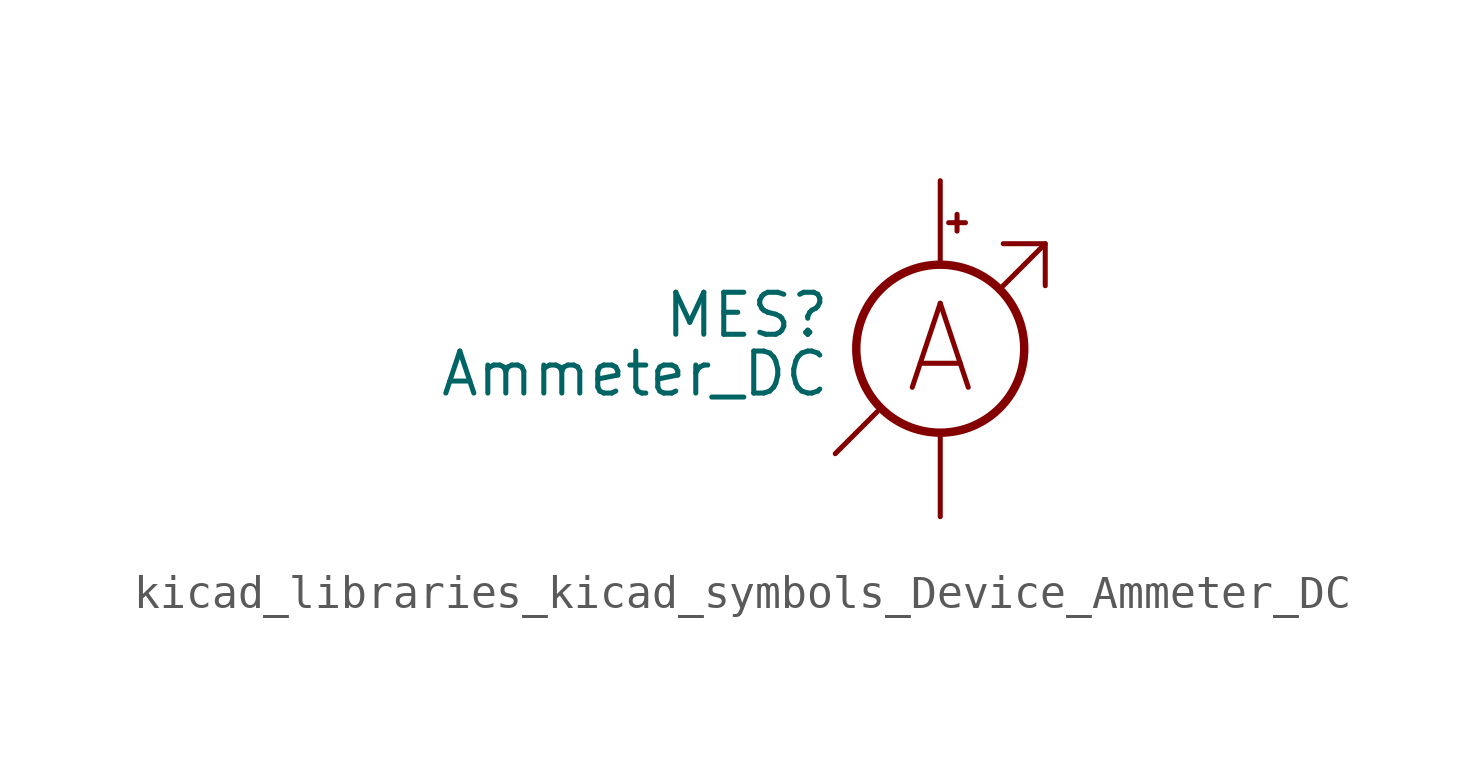
<source format=kicad_sym>
(kicad_symbol_lib
  (version 20220914)
  (generator kicad_symbol_editor)
  (symbol "kicad_libraries_kicad_symbols_Device_Ammeter_DC"
    (pin_numbers hide)
    (pin_names
      (offset 0.025) hide)
    (property "Reference" "MES"
      (at -3.302 1.016 0)
      (effects (font (size 1.27 1.27)) (justify right)))
    (property "Value" "Ammeter_DC"
      (at -3.302 -0.762 0)
      (effects (font (size 1.27 1.27)) (justify right)))
    (symbol "kicad_libraries_kicad_symbols_Device_Ammeter_DC_0_0"
      (polyline (pts (xy -3.175 -3.175) (xy -1.905 -1.905)) (stroke (width 0) (type default)) (fill (type none)))
      (polyline (pts (xy 1.905 1.905) (xy 3.175 3.175)) (stroke (width 0) (type default)) (fill (type none)))
      (polyline (pts (xy 1.905 3.175) (xy 3.175 3.175) (xy 3.175 1.905)) (stroke (width 0) (type default)) (fill (type none)))
      (text "A" (at 0 0 0) (effects (font (size 2.54 2.54)))))
    (symbol "kicad_libraries_kicad_symbols_Device_Ammeter_DC_0_1"
      (polyline (pts (xy 0.254 3.81) (xy 0.762 3.81)) (stroke (width 0) (type default)) (fill (type none)))
      (polyline (pts (xy 0.508 4.064) (xy 0.508 3.556)) (stroke (width 0) (type default)) (fill (type none)))
      (circle (center 0 0) (radius 2.54) (stroke (width 0.254) (type default)) (fill (type none))))
    (symbol "kicad_libraries_kicad_symbols_Device_Ammeter_DC_1_1"
      (pin passive line (at 0 -5.08 90) (length 2.54) (name "-" (effects (font (size 1.27 1.27)))) (number "1" (effects (font (size 1.27 1.27)))))
      (pin passive line (at 0 5.08 270) (length 2.54) (name "+" (effects (font (size 1.27 1.27)))) (number "2" (effects (font (size 1.27 1.27))))))))
</source>
